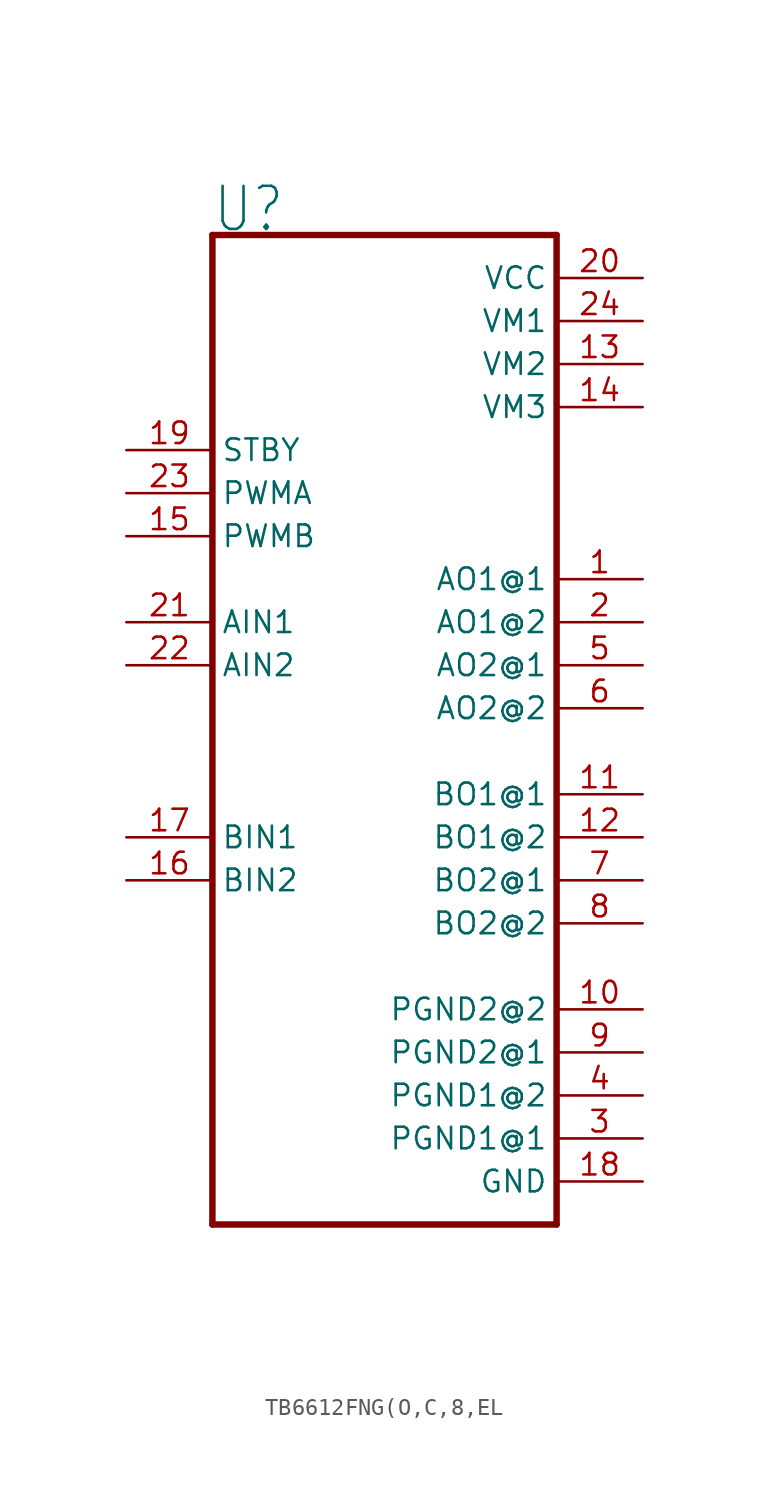
<source format=kicad_sym>
(kicad_symbol_lib
  (version 20220914)
  (generator kicad_symbol_editor)
  (symbol "TB6612FNG(O,C,8,EL"
    (property "Reference" "U"
      (at -10.175 27.981 0)
      (effects (font (size 2.544 2.162)) (justify left bottom)))
    (property "Value" ""
      (at -10.17 -33.688 0)
      (effects (font (size 2.542 2.161)) (justify left bottom)))
    (property "ki_locked" ""
      (at 0 0 0)
      (effects (font (size 1.27 1.27))))
    (symbol "TB6612FNG(O,C,8,EL_1_0"
      (polyline (pts (xy -10.16 -30.48) (xy -10.16 27.94)) (stroke (width 0.381) (type solid)) (fill (type none)))
      (polyline (pts (xy -10.16 27.94) (xy 10.16 27.94)) (stroke (width 0.381) (type solid)) (fill (type none)))
      (polyline (pts (xy 10.16 -30.48) (xy -10.16 -30.48)) (stroke (width 0.381) (type solid)) (fill (type none)))
      (polyline (pts (xy 10.16 27.94) (xy 10.16 -30.48)) (stroke (width 0.381) (type solid)) (fill (type none)))
      (pin output line (at 15.24 7.62 180) (length 5.08) (name "AO1@1" (effects (font (size 1.27 1.27)))) (number "1" (effects (font (size 1.27 1.27)))))
      (pin passive line (at 15.24 -17.78 180) (length 5.08) (name "PGND2@2" (effects (font (size 1.27 1.27)))) (number "10" (effects (font (size 1.27 1.27)))))
      (pin output line (at 15.24 -5.08 180) (length 5.08) (name "BO1@1" (effects (font (size 1.27 1.27)))) (number "11" (effects (font (size 1.27 1.27)))))
      (pin output line (at 15.24 -7.62 180) (length 5.08) (name "BO1@2" (effects (font (size 1.27 1.27)))) (number "12" (effects (font (size 1.27 1.27)))))
      (pin power_in line (at 15.24 20.32 180) (length 5.08) (name "VM2" (effects (font (size 1.27 1.27)))) (number "13" (effects (font (size 1.27 1.27)))))
      (pin power_in line (at 15.24 17.78 180) (length 5.08) (name "VM3" (effects (font (size 1.27 1.27)))) (number "14" (effects (font (size 1.27 1.27)))))
      (pin input line (at -15.24 10.16 0) (length 5.08) (name "PWMB" (effects (font (size 1.27 1.27)))) (number "15" (effects (font (size 1.27 1.27)))))
      (pin input line (at -15.24 -10.16 0) (length 5.08) (name "BIN2" (effects (font (size 1.27 1.27)))) (number "16" (effects (font (size 1.27 1.27)))))
      (pin input line (at -15.24 -7.62 0) (length 5.08) (name "BIN1" (effects (font (size 1.27 1.27)))) (number "17" (effects (font (size 1.27 1.27)))))
      (pin passive line (at 15.24 -27.94 180) (length 5.08) (name "GND" (effects (font (size 1.27 1.27)))) (number "18" (effects (font (size 1.27 1.27)))))
      (pin input line (at -15.24 15.24 0) (length 5.08) (name "STBY" (effects (font (size 1.27 1.27)))) (number "19" (effects (font (size 1.27 1.27)))))
      (pin output line (at 15.24 5.08 180) (length 5.08) (name "AO1@2" (effects (font (size 1.27 1.27)))) (number "2" (effects (font (size 1.27 1.27)))))
      (pin power_in line (at 15.24 25.4 180) (length 5.08) (name "VCC" (effects (font (size 1.27 1.27)))) (number "20" (effects (font (size 1.27 1.27)))))
      (pin input line (at -15.24 5.08 0) (length 5.08) (name "AIN1" (effects (font (size 1.27 1.27)))) (number "21" (effects (font (size 1.27 1.27)))))
      (pin input line (at -15.24 2.54 0) (length 5.08) (name "AIN2" (effects (font (size 1.27 1.27)))) (number "22" (effects (font (size 1.27 1.27)))))
      (pin input line (at -15.24 12.7 0) (length 5.08) (name "PWMA" (effects (font (size 1.27 1.27)))) (number "23" (effects (font (size 1.27 1.27)))))
      (pin power_in line (at 15.24 22.86 180) (length 5.08) (name "VM1" (effects (font (size 1.27 1.27)))) (number "24" (effects (font (size 1.27 1.27)))))
      (pin passive line (at 15.24 -25.4 180) (length 5.08) (name "PGND1@1" (effects (font (size 1.27 1.27)))) (number "3" (effects (font (size 1.27 1.27)))))
      (pin passive line (at 15.24 -22.86 180) (length 5.08) (name "PGND1@2" (effects (font (size 1.27 1.27)))) (number "4" (effects (font (size 1.27 1.27)))))
      (pin output line (at 15.24 2.54 180) (length 5.08) (name "AO2@1" (effects (font (size 1.27 1.27)))) (number "5" (effects (font (size 1.27 1.27)))))
      (pin output line (at 15.24 0 180) (length 5.08) (name "AO2@2" (effects (font (size 1.27 1.27)))) (number "6" (effects (font (size 1.27 1.27)))))
      (pin output line (at 15.24 -10.16 180) (length 5.08) (name "BO2@1" (effects (font (size 1.27 1.27)))) (number "7" (effects (font (size 1.27 1.27)))))
      (pin output line (at 15.24 -12.7 180) (length 5.08) (name "BO2@2" (effects (font (size 1.27 1.27)))) (number "8" (effects (font (size 1.27 1.27)))))
      (pin passive line (at 15.24 -20.32 180) (length 5.08) (name "PGND2@1" (effects (font (size 1.27 1.27)))) (number "9" (effects (font (size 1.27 1.27))))))))
</source>
